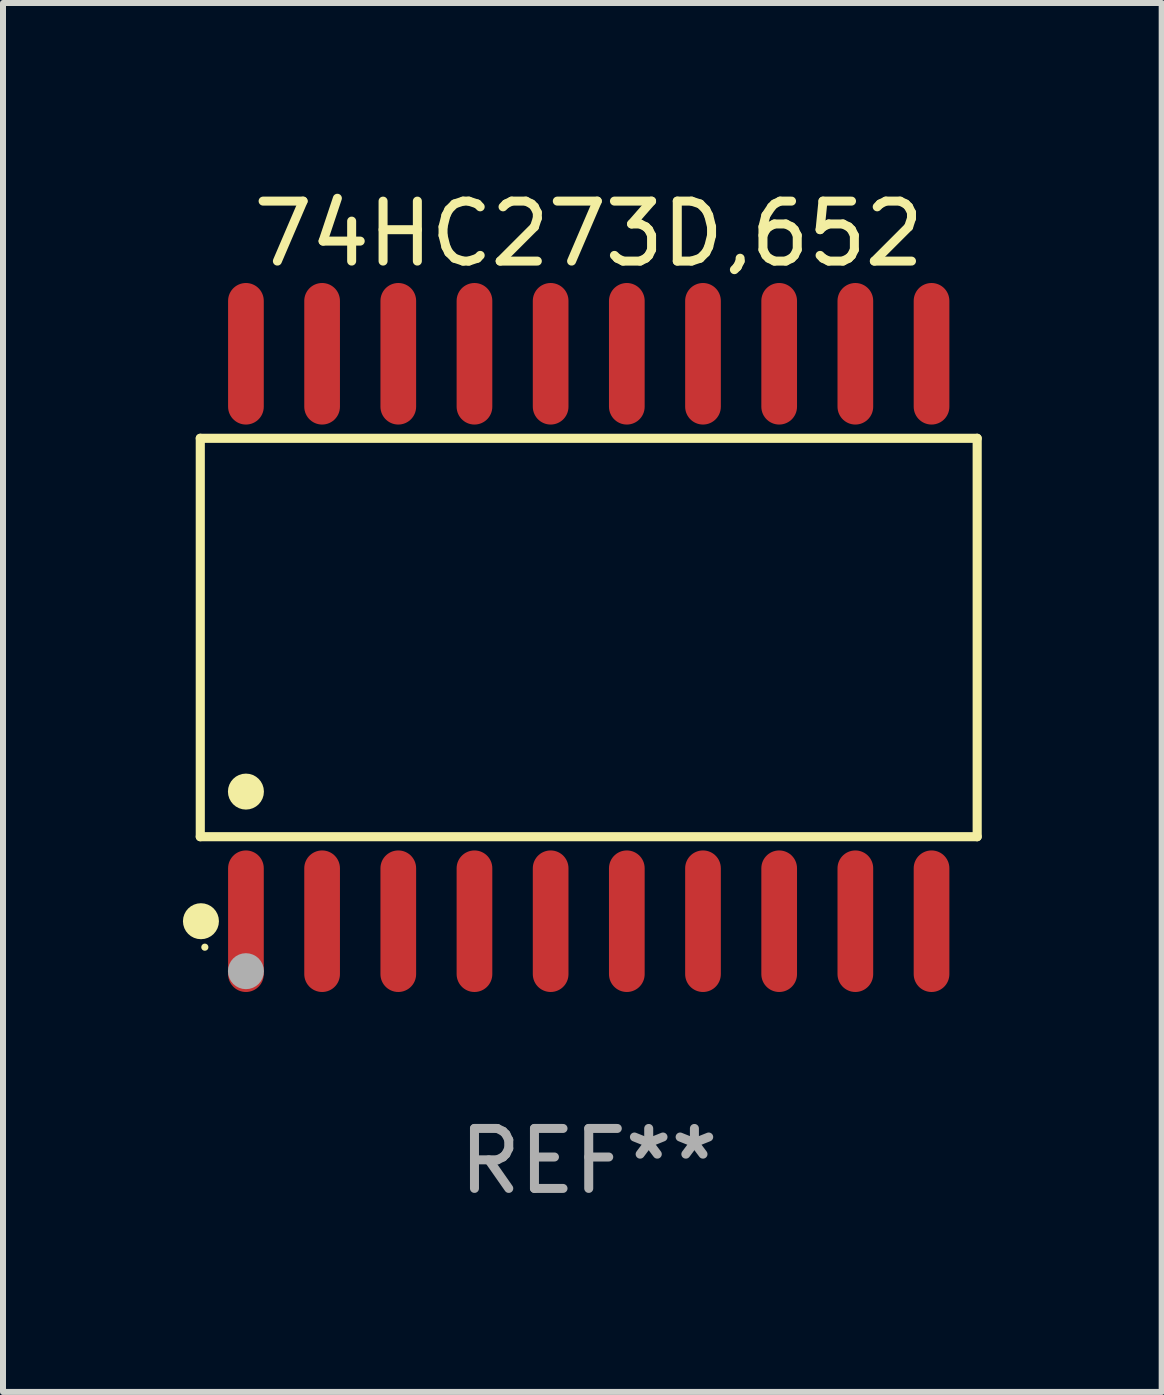
<source format=kicad_pcb>
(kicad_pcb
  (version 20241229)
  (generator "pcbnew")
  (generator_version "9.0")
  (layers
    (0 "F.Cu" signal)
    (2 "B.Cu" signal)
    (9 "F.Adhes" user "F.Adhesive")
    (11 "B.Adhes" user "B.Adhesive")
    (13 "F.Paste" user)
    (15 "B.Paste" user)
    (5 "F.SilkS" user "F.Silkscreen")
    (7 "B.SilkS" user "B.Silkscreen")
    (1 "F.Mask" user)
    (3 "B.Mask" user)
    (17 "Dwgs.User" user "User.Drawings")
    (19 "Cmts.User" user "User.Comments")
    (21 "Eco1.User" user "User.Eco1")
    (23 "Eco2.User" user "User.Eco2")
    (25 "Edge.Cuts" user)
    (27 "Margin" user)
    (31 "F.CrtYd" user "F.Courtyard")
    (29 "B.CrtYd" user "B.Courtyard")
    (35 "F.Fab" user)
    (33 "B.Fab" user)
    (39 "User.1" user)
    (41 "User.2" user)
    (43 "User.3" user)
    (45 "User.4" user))
  (footprint "74HC273D,652"
    (layer "F.Cu")
    (at 6.765 7.578)
    (property "Reference" "74HC273D,652" (at 0 -6.73 0) (layer "F.SilkS") (effects (font (size 1 1) (thickness 0.15))))
    (attr through_hole)
    (fp_line (start -6.476 -3.321) (end 6.476 -3.321) (stroke (width 0.152) (type solid)) (layer "F.SilkS"))
    (fp_line (start -6.476 3.321) (end -6.476 -3.321) (stroke (width 0.152) (type solid)) (layer "F.SilkS"))
    (fp_line (start 6.476 -3.321) (end 6.476 3.321) (stroke (width 0.152) (type solid)) (layer "F.SilkS"))
    (fp_line (start 6.476 3.321) (end -6.476 3.321) (stroke (width 0.152) (type solid)) (layer "F.SilkS"))
    (fp_circle (center -6.465 4.73) (end -6.315 4.73) (stroke (width 0.3) (type solid)) (fill no) (layer "F.SilkS"))
    (fp_circle (center -6.4 5.163) (end -6.37 5.163) (stroke (width 0.06) (type solid)) (fill no) (layer "F.SilkS"))
    (fp_circle (center -5.715 2.569) (end -5.565 2.569) (stroke (width 0.3) (type solid)) (fill no) (layer "F.SilkS"))
    (fp_circle (center -5.715 5.563) (end -5.565 5.563) (stroke (width 0.3) (type solid)) (fill no) (layer "F.Fab"))
    (fp_text user "REF**" (at 0 8.73 0) (layer "F.Fab") (effects (font (size 1 1) (thickness 0.15))))
    (pad "1" smd oval (at -5.715 4.73) (size 0.595 2.36) (layers "F.Cu" "F.Mask" "F.Paste"))
    (pad "2" smd oval (at -4.445 4.73) (size 0.595 2.36) (layers "F.Cu" "F.Mask" "F.Paste"))
    (pad "3" smd oval (at -3.175 4.73) (size 0.595 2.36) (layers "F.Cu" "F.Mask" "F.Paste"))
    (pad "4" smd oval (at -1.905 4.73) (size 0.595 2.36) (layers "F.Cu" "F.Mask" "F.Paste"))
    (pad "5" smd oval (at -0.635 4.73) (size 0.595 2.36) (layers "F.Cu" "F.Mask" "F.Paste"))
    (pad "6" smd oval (at 0.635 4.73) (size 0.595 2.36) (layers "F.Cu" "F.Mask" "F.Paste"))
    (pad "7" smd oval (at 1.905 4.73) (size 0.595 2.36) (layers "F.Cu" "F.Mask" "F.Paste"))
    (pad "8" smd oval (at 3.175 4.73) (size 0.595 2.36) (layers "F.Cu" "F.Mask" "F.Paste"))
    (pad "9" smd oval (at 4.445 4.73) (size 0.595 2.36) (layers "F.Cu" "F.Mask" "F.Paste"))
    (pad "10" smd oval (at 5.715 4.73) (size 0.595 2.36) (layers "F.Cu" "F.Mask" "F.Paste"))
    (pad "11" smd oval (at 5.715 -4.73) (size 0.595 2.36) (layers "F.Cu" "F.Mask" "F.Paste"))
    (pad "12" smd oval (at 4.445 -4.73) (size 0.595 2.36) (layers "F.Cu" "F.Mask" "F.Paste"))
    (pad "13" smd oval (at 3.175 -4.73) (size 0.595 2.36) (layers "F.Cu" "F.Mask" "F.Paste"))
    (pad "14" smd oval (at 1.905 -4.73) (size 0.595 2.36) (layers "F.Cu" "F.Mask" "F.Paste"))
    (pad "15" smd oval (at 0.635 -4.73) (size 0.595 2.36) (layers "F.Cu" "F.Mask" "F.Paste"))
    (pad "16" smd oval (at -0.635 -4.73) (size 0.595 2.36) (layers "F.Cu" "F.Mask" "F.Paste"))
    (pad "17" smd oval (at -1.905 -4.73) (size 0.595 2.36) (layers "F.Cu" "F.Mask" "F.Paste"))
    (pad "18" smd oval (at -3.175 -4.73) (size 0.595 2.36) (layers "F.Cu" "F.Mask" "F.Paste"))
    (pad "19" smd oval (at -4.445 -4.73) (size 0.595 2.36) (layers "F.Cu" "F.Mask" "F.Paste"))
    (pad "20" smd oval (at -5.715 -4.73) (size 0.595 2.36) (layers "F.Cu" "F.Mask" "F.Paste")))
  (gr_rect
    (start -3 -3)
    (end 16.317 20.156)
    (stroke (width 0.1) (type default))
    (fill no)
    (layer "Edge.Cuts")))
</source>
